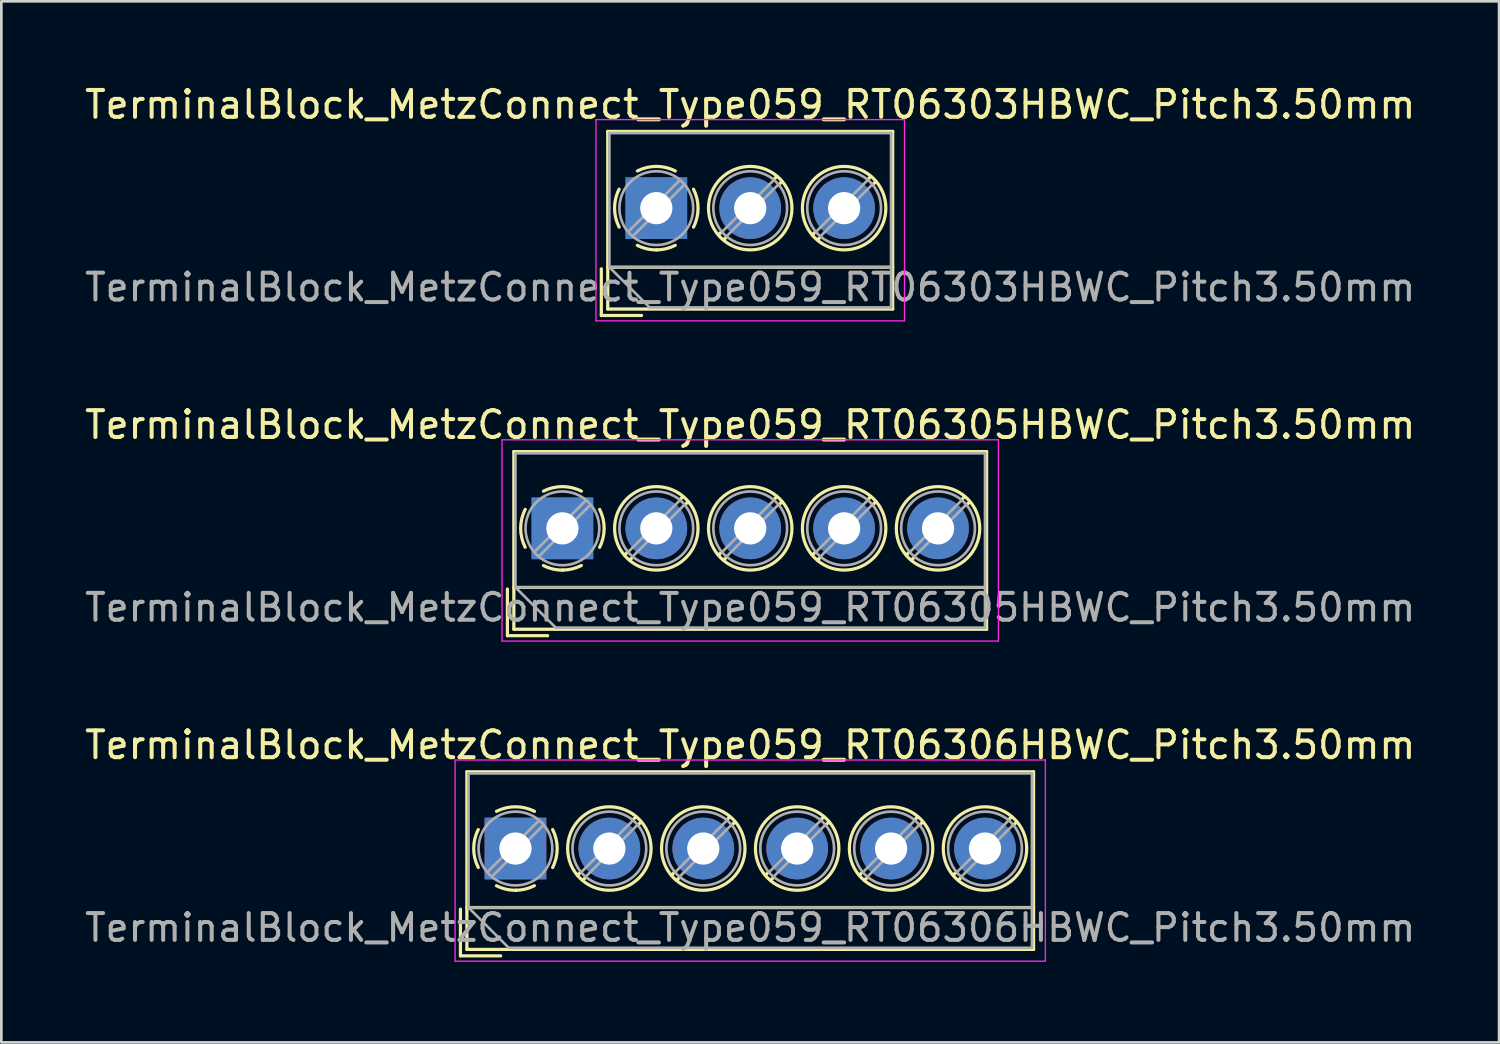
<source format=kicad_pcb>
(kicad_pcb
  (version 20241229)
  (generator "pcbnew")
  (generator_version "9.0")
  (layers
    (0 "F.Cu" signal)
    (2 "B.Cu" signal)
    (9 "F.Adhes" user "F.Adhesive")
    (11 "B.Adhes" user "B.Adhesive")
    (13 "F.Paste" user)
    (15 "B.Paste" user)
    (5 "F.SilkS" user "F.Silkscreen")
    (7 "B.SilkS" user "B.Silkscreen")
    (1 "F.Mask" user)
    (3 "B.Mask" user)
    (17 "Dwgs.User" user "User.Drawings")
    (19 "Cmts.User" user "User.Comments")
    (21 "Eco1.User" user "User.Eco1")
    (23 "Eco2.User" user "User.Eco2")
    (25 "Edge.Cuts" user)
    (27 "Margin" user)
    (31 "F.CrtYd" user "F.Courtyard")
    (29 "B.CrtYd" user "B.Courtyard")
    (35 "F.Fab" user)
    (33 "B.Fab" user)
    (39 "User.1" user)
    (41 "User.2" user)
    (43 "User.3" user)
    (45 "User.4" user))
  (footprint "TerminalBlock_MetzConnect_Type059_RT06305HBWC_Pitch3.50mm"
    (layer "F.Cu")
    (at 17.911 16.642)
    (property "Reference" "TerminalBlock_MetzConnect_Type059_RT06305HBWC_Pitch3.50mm" (at 7 -3.86 0) (layer "F.SilkS") (effects (font (size 1 1) (thickness 0.15))))
    (attr through_hole)
    (fp_line (start -2.05 2.26) (end -2.05 4) (stroke (width 0.12) (type solid)) (layer "F.SilkS"))
    (fp_line (start -2.05 4) (end -0.55 4) (stroke (width 0.12) (type solid)) (layer "F.SilkS"))
    (fp_line (start -1.81 -2.86) (end -1.81 3.76) (stroke (width 0.12) (type solid)) (layer "F.SilkS"))
    (fp_line (start -1.81 2.2) (end 15.81 2.2) (stroke (width 0.12) (type solid)) (layer "F.SilkS"))
    (fp_line (start -1.81 3.76) (end 15.81 3.76) (stroke (width 0.12) (type solid)) (layer "F.SilkS"))
    (fp_line (start 2.44 0.871) (end 2.321 0.99) (stroke (width 0.12) (type solid)) (layer "F.SilkS"))
    (fp_line (start 2.598 1.093) (end 2.511 1.18) (stroke (width 0.12) (type solid)) (layer "F.SilkS"))
    (fp_line (start 4.49 -1.18) (end 4.403 -1.093) (stroke (width 0.12) (type solid)) (layer "F.SilkS"))
    (fp_line (start 4.68 -0.99) (end 4.561 -0.871) (stroke (width 0.12) (type solid)) (layer "F.SilkS"))
    (fp_line (start 5.94 0.871) (end 5.821 0.99) (stroke (width 0.12) (type solid)) (layer "F.SilkS"))
    (fp_line (start 6.098 1.093) (end 6.011 1.18) (stroke (width 0.12) (type solid)) (layer "F.SilkS"))
    (fp_line (start 7.99 -1.18) (end 7.903 -1.093) (stroke (width 0.12) (type solid)) (layer "F.SilkS"))
    (fp_line (start 8.18 -0.99) (end 8.061 -0.871) (stroke (width 0.12) (type solid)) (layer "F.SilkS"))
    (fp_line (start 9.44 0.871) (end 9.321 0.99) (stroke (width 0.12) (type solid)) (layer "F.SilkS"))
    (fp_line (start 9.598 1.093) (end 9.511 1.18) (stroke (width 0.12) (type solid)) (layer "F.SilkS"))
    (fp_line (start 11.49 -1.18) (end 11.403 -1.093) (stroke (width 0.12) (type solid)) (layer "F.SilkS"))
    (fp_line (start 11.68 -0.99) (end 11.561 -0.871) (stroke (width 0.12) (type solid)) (layer "F.SilkS"))
    (fp_line (start 12.94 0.871) (end 12.821 0.99) (stroke (width 0.12) (type solid)) (layer "F.SilkS"))
    (fp_line (start 13.098 1.093) (end 13.011 1.18) (stroke (width 0.12) (type solid)) (layer "F.SilkS"))
    (fp_line (start 14.99 -1.18) (end 14.903 -1.093) (stroke (width 0.12) (type solid)) (layer "F.SilkS"))
    (fp_line (start 15.18 -0.99) (end 15.061 -0.871) (stroke (width 0.12) (type solid)) (layer "F.SilkS"))
    (fp_line (start 15.81 -2.86) (end -1.81 -2.86) (stroke (width 0.12) (type solid)) (layer "F.SilkS"))
    (fp_line (start 15.81 3.76) (end 15.81 -2.86) (stroke (width 0.12) (type solid)) (layer "F.SilkS"))
    (fp_arc (start -1.386645 0.705733) (mid -1.555906 -0.000711) (end -1.386 -0.707) (stroke (width 0.12) (type solid)) (layer "F.SilkS"))
    (fp_arc (start -0.705733 -1.386645) (mid 0.000711 -1.555906) (end 0.707 -1.386) (stroke (width 0.12) (type solid)) (layer "F.SilkS"))
    (fp_arc (start 0.026444 1.555682) (mid -0.350695 1.515869) (end -0.707 1.386) (stroke (width 0.12) (type solid)) (layer "F.SilkS"))
    (fp_arc (start 0.705955 1.385515) (mid 0.363007 1.512035) (end 0 1.555) (stroke (width 0.12) (type solid)) (layer "F.SilkS"))
    (fp_arc (start 1.386645 -0.705733) (mid 1.555906 0.000711) (end 1.386 0.707) (stroke (width 0.12) (type solid)) (layer "F.SilkS"))
    (fp_circle (center 3.5 0) (end 5.055 0) (stroke (width 0.12) (type solid)) (fill no) (layer "F.SilkS"))
    (fp_circle (center 7 0) (end 8.555 0) (stroke (width 0.12) (type solid)) (fill no) (layer "F.SilkS"))
    (fp_circle (center 10.5 0) (end 12.055 0) (stroke (width 0.12) (type solid)) (fill no) (layer "F.SilkS"))
    (fp_circle (center 14 0) (end 15.555 0) (stroke (width 0.12) (type solid)) (fill no) (layer "F.SilkS"))
    (fp_line (start -2.25 -3.3) (end -2.25 4.2) (stroke (width 0.05) (type solid)) (layer "F.CrtYd"))
    (fp_line (start -2.25 4.2) (end 16.25 4.2) (stroke (width 0.05) (type solid)) (layer "F.CrtYd"))
    (fp_line (start 16.25 -3.3) (end -2.25 -3.3) (stroke (width 0.05) (type solid)) (layer "F.CrtYd"))
    (fp_line (start 16.25 4.2) (end 16.25 -3.3) (stroke (width 0.05) (type solid)) (layer "F.CrtYd"))
    (fp_line (start -1.75 -2.8) (end 15.75 -2.8) (stroke (width 0.1) (type solid)) (layer "F.Fab"))
    (fp_line (start -1.75 2.2) (end -1.75 -2.8) (stroke (width 0.1) (type solid)) (layer "F.Fab"))
    (fp_line (start -1.75 2.2) (end 15.75 2.2) (stroke (width 0.1) (type solid)) (layer "F.Fab"))
    (fp_line (start -0.25 3.7) (end -1.75 2.2) (stroke (width 0.1) (type solid)) (layer "F.Fab"))
    (fp_line (start 0.876 -1.043) (end -1.043 0.875) (stroke (width 0.1) (type solid)) (layer "F.Fab"))
    (fp_line (start 1.043 -0.875) (end -0.876 1.043) (stroke (width 0.1) (type solid)) (layer "F.Fab"))
    (fp_line (start 4.376 -1.043) (end 2.458 0.875) (stroke (width 0.1) (type solid)) (layer "F.Fab"))
    (fp_line (start 4.543 -0.875) (end 2.625 1.043) (stroke (width 0.1) (type solid)) (layer "F.Fab"))
    (fp_line (start 7.876 -1.043) (end 5.958 0.875) (stroke (width 0.1) (type solid)) (layer "F.Fab"))
    (fp_line (start 8.043 -0.875) (end 6.125 1.043) (stroke (width 0.1) (type solid)) (layer "F.Fab"))
    (fp_line (start 11.376 -1.043) (end 9.458 0.875) (stroke (width 0.1) (type solid)) (layer "F.Fab"))
    (fp_line (start 11.543 -0.875) (end 9.625 1.043) (stroke (width 0.1) (type solid)) (layer "F.Fab"))
    (fp_line (start 14.876 -1.043) (end 12.958 0.875) (stroke (width 0.1) (type solid)) (layer "F.Fab"))
    (fp_line (start 15.043 -0.875) (end 13.125 1.043) (stroke (width 0.1) (type solid)) (layer "F.Fab"))
    (fp_line (start 15.75 -2.8) (end 15.75 3.7) (stroke (width 0.1) (type solid)) (layer "F.Fab"))
    (fp_line (start 15.75 3.7) (end -0.25 3.7) (stroke (width 0.1) (type solid)) (layer "F.Fab"))
    (fp_circle (center 0 0) (end 1.375 0) (stroke (width 0.1) (type solid)) (fill no) (layer "F.Fab"))
    (fp_circle (center 3.5 0) (end 4.875 0) (stroke (width 0.1) (type solid)) (fill no) (layer "F.Fab"))
    (fp_circle (center 7 0) (end 8.375 0) (stroke (width 0.1) (type solid)) (fill no) (layer "F.Fab"))
    (fp_circle (center 10.5 0) (end 11.875 0) (stroke (width 0.1) (type solid)) (fill no) (layer "F.Fab"))
    (fp_circle (center 14 0) (end 15.375 0) (stroke (width 0.1) (type solid)) (fill no) (layer "F.Fab"))
    (fp_text user "${REFERENCE}" (at 7 2.95 0) (layer "F.Fab") (effects (font (size 1 1) (thickness 0.15))))
    (pad "1" thru_hole rect (at 0 0) (size 2.3 2.3) (drill 1.2) (layers "*.Cu" "*.Mask"))
    (pad "2" thru_hole oval (at 3.5 0) (size 2.3 2.3) (drill 1.2) (layers "*.Cu" "*.Mask"))
    (pad "3" thru_hole oval (at 7 0) (size 2.3 2.3) (drill 1.2) (layers "*.Cu" "*.Mask"))
    (pad "4" thru_hole oval (at 10.5 0) (size 2.3 2.3) (drill 1.2) (layers "*.Cu" "*.Mask"))
    (pad "5" thru_hole oval (at 14 0) (size 2.3 2.3) (drill 1.2) (layers "*.Cu" "*.Mask")))
  (footprint "TerminalBlock_MetzConnect_Type059_RT06303HBWC_Pitch3.50mm"
    (layer "F.Cu")
    (at 21.411 4.708)
    (property "Reference" "TerminalBlock_MetzConnect_Type059_RT06303HBWC_Pitch3.50mm" (at 3.5 -3.86 0) (layer "F.SilkS") (effects (font (size 1 1) (thickness 0.15))))
    (attr through_hole)
    (fp_line (start -2.05 2.26) (end -2.05 4) (stroke (width 0.12) (type solid)) (layer "F.SilkS"))
    (fp_line (start -2.05 4) (end -0.55 4) (stroke (width 0.12) (type solid)) (layer "F.SilkS"))
    (fp_line (start -1.81 -2.86) (end -1.81 3.76) (stroke (width 0.12) (type solid)) (layer "F.SilkS"))
    (fp_line (start -1.81 2.2) (end 8.81 2.2) (stroke (width 0.12) (type solid)) (layer "F.SilkS"))
    (fp_line (start -1.81 3.76) (end 8.81 3.76) (stroke (width 0.12) (type solid)) (layer "F.SilkS"))
    (fp_line (start 2.44 0.871) (end 2.321 0.99) (stroke (width 0.12) (type solid)) (layer "F.SilkS"))
    (fp_line (start 2.598 1.093) (end 2.511 1.18) (stroke (width 0.12) (type solid)) (layer "F.SilkS"))
    (fp_line (start 4.49 -1.18) (end 4.403 -1.093) (stroke (width 0.12) (type solid)) (layer "F.SilkS"))
    (fp_line (start 4.68 -0.99) (end 4.561 -0.871) (stroke (width 0.12) (type solid)) (layer "F.SilkS"))
    (fp_line (start 5.94 0.871) (end 5.821 0.99) (stroke (width 0.12) (type solid)) (layer "F.SilkS"))
    (fp_line (start 6.098 1.093) (end 6.011 1.18) (stroke (width 0.12) (type solid)) (layer "F.SilkS"))
    (fp_line (start 7.99 -1.18) (end 7.903 -1.093) (stroke (width 0.12) (type solid)) (layer "F.SilkS"))
    (fp_line (start 8.18 -0.99) (end 8.061 -0.871) (stroke (width 0.12) (type solid)) (layer "F.SilkS"))
    (fp_line (start 8.81 -2.86) (end -1.81 -2.86) (stroke (width 0.12) (type solid)) (layer "F.SilkS"))
    (fp_line (start 8.81 3.76) (end 8.81 -2.86) (stroke (width 0.12) (type solid)) (layer "F.SilkS"))
    (fp_arc (start -1.386645 0.705733) (mid -1.555906 -0.000711) (end -1.386 -0.707) (stroke (width 0.12) (type solid)) (layer "F.SilkS"))
    (fp_arc (start -0.705733 -1.386645) (mid 0.000711 -1.555906) (end 0.707 -1.386) (stroke (width 0.12) (type solid)) (layer "F.SilkS"))
    (fp_arc (start 0.026444 1.555682) (mid -0.350695 1.515869) (end -0.707 1.386) (stroke (width 0.12) (type solid)) (layer "F.SilkS"))
    (fp_arc (start 0.705955 1.385515) (mid 0.363007 1.512035) (end 0 1.555) (stroke (width 0.12) (type solid)) (layer "F.SilkS"))
    (fp_arc (start 1.386645 -0.705733) (mid 1.555906 0.000711) (end 1.386 0.707) (stroke (width 0.12) (type solid)) (layer "F.SilkS"))
    (fp_circle (center 3.5 0) (end 5.055 0) (stroke (width 0.12) (type solid)) (fill no) (layer "F.SilkS"))
    (fp_circle (center 7 0) (end 8.555 0) (stroke (width 0.12) (type solid)) (fill no) (layer "F.SilkS"))
    (fp_line (start -2.25 -3.3) (end -2.25 4.2) (stroke (width 0.05) (type solid)) (layer "F.CrtYd"))
    (fp_line (start -2.25 4.2) (end 9.25 4.2) (stroke (width 0.05) (type solid)) (layer "F.CrtYd"))
    (fp_line (start 9.25 -3.3) (end -2.25 -3.3) (stroke (width 0.05) (type solid)) (layer "F.CrtYd"))
    (fp_line (start 9.25 4.2) (end 9.25 -3.3) (stroke (width 0.05) (type solid)) (layer "F.CrtYd"))
    (fp_line (start -1.75 -2.8) (end 8.75 -2.8) (stroke (width 0.1) (type solid)) (layer "F.Fab"))
    (fp_line (start -1.75 2.2) (end -1.75 -2.8) (stroke (width 0.1) (type solid)) (layer "F.Fab"))
    (fp_line (start -1.75 2.2) (end 8.75 2.2) (stroke (width 0.1) (type solid)) (layer "F.Fab"))
    (fp_line (start -0.25 3.7) (end -1.75 2.2) (stroke (width 0.1) (type solid)) (layer "F.Fab"))
    (fp_line (start 0.876 -1.043) (end -1.043 0.875) (stroke (width 0.1) (type solid)) (layer "F.Fab"))
    (fp_line (start 1.043 -0.875) (end -0.876 1.043) (stroke (width 0.1) (type solid)) (layer "F.Fab"))
    (fp_line (start 4.376 -1.043) (end 2.458 0.875) (stroke (width 0.1) (type solid)) (layer "F.Fab"))
    (fp_line (start 4.543 -0.875) (end 2.625 1.043) (stroke (width 0.1) (type solid)) (layer "F.Fab"))
    (fp_line (start 7.876 -1.043) (end 5.958 0.875) (stroke (width 0.1) (type solid)) (layer "F.Fab"))
    (fp_line (start 8.043 -0.875) (end 6.125 1.043) (stroke (width 0.1) (type solid)) (layer "F.Fab"))
    (fp_line (start 8.75 -2.8) (end 8.75 3.7) (stroke (width 0.1) (type solid)) (layer "F.Fab"))
    (fp_line (start 8.75 3.7) (end -0.25 3.7) (stroke (width 0.1) (type solid)) (layer "F.Fab"))
    (fp_circle (center 0 0) (end 1.375 0) (stroke (width 0.1) (type solid)) (fill no) (layer "F.Fab"))
    (fp_circle (center 3.5 0) (end 4.875 0) (stroke (width 0.1) (type solid)) (fill no) (layer "F.Fab"))
    (fp_circle (center 7 0) (end 8.375 0) (stroke (width 0.1) (type solid)) (fill no) (layer "F.Fab"))
    (fp_text user "${REFERENCE}" (at 3.5 2.95 0) (layer "F.Fab") (effects (font (size 1 1) (thickness 0.15))))
    (pad "1" thru_hole rect (at 0 0) (size 2.3 2.3) (drill 1.2) (layers "*.Cu" "*.Mask"))
    (pad "2" thru_hole oval (at 3.5 0) (size 2.3 2.3) (drill 1.2) (layers "*.Cu" "*.Mask"))
    (pad "3" thru_hole oval (at 7 0) (size 2.3 2.3) (drill 1.2) (layers "*.Cu" "*.Mask")))
  (footprint "TerminalBlock_MetzConnect_Type059_RT06306HBWC_Pitch3.50mm"
    (layer "F.Cu")
    (at 16.161 28.575)
    (property "Reference" "TerminalBlock_MetzConnect_Type059_RT06306HBWC_Pitch3.50mm" (at 8.75 -3.86 0) (layer "F.SilkS") (effects (font (size 1 1) (thickness 0.15))))
    (attr through_hole)
    (fp_line (start -2.05 2.26) (end -2.05 4) (stroke (width 0.12) (type solid)) (layer "F.SilkS"))
    (fp_line (start -2.05 4) (end -0.55 4) (stroke (width 0.12) (type solid)) (layer "F.SilkS"))
    (fp_line (start -1.81 -2.86) (end -1.81 3.76) (stroke (width 0.12) (type solid)) (layer "F.SilkS"))
    (fp_line (start -1.81 2.2) (end 19.31 2.2) (stroke (width 0.12) (type solid)) (layer "F.SilkS"))
    (fp_line (start -1.81 3.76) (end 19.31 3.76) (stroke (width 0.12) (type solid)) (layer "F.SilkS"))
    (fp_line (start 2.44 0.871) (end 2.321 0.99) (stroke (width 0.12) (type solid)) (layer "F.SilkS"))
    (fp_line (start 2.598 1.093) (end 2.511 1.18) (stroke (width 0.12) (type solid)) (layer "F.SilkS"))
    (fp_line (start 4.49 -1.18) (end 4.403 -1.093) (stroke (width 0.12) (type solid)) (layer "F.SilkS"))
    (fp_line (start 4.68 -0.99) (end 4.561 -0.871) (stroke (width 0.12) (type solid)) (layer "F.SilkS"))
    (fp_line (start 5.94 0.871) (end 5.821 0.99) (stroke (width 0.12) (type solid)) (layer "F.SilkS"))
    (fp_line (start 6.098 1.093) (end 6.011 1.18) (stroke (width 0.12) (type solid)) (layer "F.SilkS"))
    (fp_line (start 7.99 -1.18) (end 7.903 -1.093) (stroke (width 0.12) (type solid)) (layer "F.SilkS"))
    (fp_line (start 8.18 -0.99) (end 8.061 -0.871) (stroke (width 0.12) (type solid)) (layer "F.SilkS"))
    (fp_line (start 9.44 0.871) (end 9.321 0.99) (stroke (width 0.12) (type solid)) (layer "F.SilkS"))
    (fp_line (start 9.598 1.093) (end 9.511 1.18) (stroke (width 0.12) (type solid)) (layer "F.SilkS"))
    (fp_line (start 11.49 -1.18) (end 11.403 -1.093) (stroke (width 0.12) (type solid)) (layer "F.SilkS"))
    (fp_line (start 11.68 -0.99) (end 11.561 -0.871) (stroke (width 0.12) (type solid)) (layer "F.SilkS"))
    (fp_line (start 12.94 0.871) (end 12.821 0.99) (stroke (width 0.12) (type solid)) (layer "F.SilkS"))
    (fp_line (start 13.098 1.093) (end 13.011 1.18) (stroke (width 0.12) (type solid)) (layer "F.SilkS"))
    (fp_line (start 14.99 -1.18) (end 14.903 -1.093) (stroke (width 0.12) (type solid)) (layer "F.SilkS"))
    (fp_line (start 15.18 -0.99) (end 15.061 -0.871) (stroke (width 0.12) (type solid)) (layer "F.SilkS"))
    (fp_line (start 16.44 0.871) (end 16.321 0.99) (stroke (width 0.12) (type solid)) (layer "F.SilkS"))
    (fp_line (start 16.598 1.093) (end 16.511 1.18) (stroke (width 0.12) (type solid)) (layer "F.SilkS"))
    (fp_line (start 18.49 -1.18) (end 18.403 -1.093) (stroke (width 0.12) (type solid)) (layer "F.SilkS"))
    (fp_line (start 18.68 -0.99) (end 18.561 -0.871) (stroke (width 0.12) (type solid)) (layer "F.SilkS"))
    (fp_line (start 19.31 -2.86) (end -1.81 -2.86) (stroke (width 0.12) (type solid)) (layer "F.SilkS"))
    (fp_line (start 19.31 3.76) (end 19.31 -2.86) (stroke (width 0.12) (type solid)) (layer "F.SilkS"))
    (fp_arc (start -1.386645 0.705733) (mid -1.555906 -0.000711) (end -1.386 -0.707) (stroke (width 0.12) (type solid)) (layer "F.SilkS"))
    (fp_arc (start -0.705733 -1.386645) (mid 0.000711 -1.555906) (end 0.707 -1.386) (stroke (width 0.12) (type solid)) (layer "F.SilkS"))
    (fp_arc (start 0.026444 1.555682) (mid -0.350695 1.515869) (end -0.707 1.386) (stroke (width 0.12) (type solid)) (layer "F.SilkS"))
    (fp_arc (start 0.705955 1.385515) (mid 0.363007 1.512035) (end 0 1.555) (stroke (width 0.12) (type solid)) (layer "F.SilkS"))
    (fp_arc (start 1.386645 -0.705733) (mid 1.555906 0.000711) (end 1.386 0.707) (stroke (width 0.12) (type solid)) (layer "F.SilkS"))
    (fp_circle (center 3.5 0) (end 5.055 0) (stroke (width 0.12) (type solid)) (fill no) (layer "F.SilkS"))
    (fp_circle (center 7 0) (end 8.555 0) (stroke (width 0.12) (type solid)) (fill no) (layer "F.SilkS"))
    (fp_circle (center 10.5 0) (end 12.055 0) (stroke (width 0.12) (type solid)) (fill no) (layer "F.SilkS"))
    (fp_circle (center 14 0) (end 15.555 0) (stroke (width 0.12) (type solid)) (fill no) (layer "F.SilkS"))
    (fp_circle (center 17.5 0) (end 19.055 0) (stroke (width 0.12) (type solid)) (fill no) (layer "F.SilkS"))
    (fp_line (start -2.25 -3.3) (end -2.25 4.2) (stroke (width 0.05) (type solid)) (layer "F.CrtYd"))
    (fp_line (start -2.25 4.2) (end 19.75 4.2) (stroke (width 0.05) (type solid)) (layer "F.CrtYd"))
    (fp_line (start 19.75 -3.3) (end -2.25 -3.3) (stroke (width 0.05) (type solid)) (layer "F.CrtYd"))
    (fp_line (start 19.75 4.2) (end 19.75 -3.3) (stroke (width 0.05) (type solid)) (layer "F.CrtYd"))
    (fp_line (start -1.75 -2.8) (end 19.25 -2.8) (stroke (width 0.1) (type solid)) (layer "F.Fab"))
    (fp_line (start -1.75 2.2) (end -1.75 -2.8) (stroke (width 0.1) (type solid)) (layer "F.Fab"))
    (fp_line (start -1.75 2.2) (end 19.25 2.2) (stroke (width 0.1) (type solid)) (layer "F.Fab"))
    (fp_line (start -0.25 3.7) (end -1.75 2.2) (stroke (width 0.1) (type solid)) (layer "F.Fab"))
    (fp_line (start 0.876 -1.043) (end -1.043 0.875) (stroke (width 0.1) (type solid)) (layer "F.Fab"))
    (fp_line (start 1.043 -0.875) (end -0.876 1.043) (stroke (width 0.1) (type solid)) (layer "F.Fab"))
    (fp_line (start 4.376 -1.043) (end 2.458 0.875) (stroke (width 0.1) (type solid)) (layer "F.Fab"))
    (fp_line (start 4.543 -0.875) (end 2.625 1.043) (stroke (width 0.1) (type solid)) (layer "F.Fab"))
    (fp_line (start 7.876 -1.043) (end 5.958 0.875) (stroke (width 0.1) (type solid)) (layer "F.Fab"))
    (fp_line (start 8.043 -0.875) (end 6.125 1.043) (stroke (width 0.1) (type solid)) (layer "F.Fab"))
    (fp_line (start 11.376 -1.043) (end 9.458 0.875) (stroke (width 0.1) (type solid)) (layer "F.Fab"))
    (fp_line (start 11.543 -0.875) (end 9.625 1.043) (stroke (width 0.1) (type solid)) (layer "F.Fab"))
    (fp_line (start 14.876 -1.043) (end 12.958 0.875) (stroke (width 0.1) (type solid)) (layer "F.Fab"))
    (fp_line (start 15.043 -0.875) (end 13.125 1.043) (stroke (width 0.1) (type solid)) (layer "F.Fab"))
    (fp_line (start 18.376 -1.043) (end 16.458 0.875) (stroke (width 0.1) (type solid)) (layer "F.Fab"))
    (fp_line (start 18.543 -0.875) (end 16.625 1.043) (stroke (width 0.1) (type solid)) (layer "F.Fab"))
    (fp_line (start 19.25 -2.8) (end 19.25 3.7) (stroke (width 0.1) (type solid)) (layer "F.Fab"))
    (fp_line (start 19.25 3.7) (end -0.25 3.7) (stroke (width 0.1) (type solid)) (layer "F.Fab"))
    (fp_circle (center 0 0) (end 1.375 0) (stroke (width 0.1) (type solid)) (fill no) (layer "F.Fab"))
    (fp_circle (center 3.5 0) (end 4.875 0) (stroke (width 0.1) (type solid)) (fill no) (layer "F.Fab"))
    (fp_circle (center 7 0) (end 8.375 0) (stroke (width 0.1) (type solid)) (fill no) (layer "F.Fab"))
    (fp_circle (center 10.5 0) (end 11.875 0) (stroke (width 0.1) (type solid)) (fill no) (layer "F.Fab"))
    (fp_circle (center 14 0) (end 15.375 0) (stroke (width 0.1) (type solid)) (fill no) (layer "F.Fab"))
    (fp_circle (center 17.5 0) (end 18.875 0) (stroke (width 0.1) (type solid)) (fill no) (layer "F.Fab"))
    (fp_text user "${REFERENCE}" (at 8.75 2.95 0) (layer "F.Fab") (effects (font (size 1 1) (thickness 0.15))))
    (pad "1" thru_hole rect (at 0 0) (size 2.3 2.3) (drill 1.2) (layers "*.Cu" "*.Mask"))
    (pad "2" thru_hole oval (at 3.5 0) (size 2.3 2.3) (drill 1.2) (layers "*.Cu" "*.Mask"))
    (pad "3" thru_hole oval (at 7 0) (size 2.3 2.3) (drill 1.2) (layers "*.Cu" "*.Mask"))
    (pad "4" thru_hole oval (at 10.5 0) (size 2.3 2.3) (drill 1.2) (layers "*.Cu" "*.Mask"))
    (pad "5" thru_hole oval (at 14 0) (size 2.3 2.3) (drill 1.2) (layers "*.Cu" "*.Mask"))
    (pad "6" thru_hole oval (at 17.5 0) (size 2.3 2.3) (drill 1.2) (layers "*.Cu" "*.Mask")))
  (gr_rect
    (start -3 -3)
    (end 52.821 35.8)
    (stroke (width 0.1) (type default))
    (fill no)
    (layer "Edge.Cuts")))
</source>
